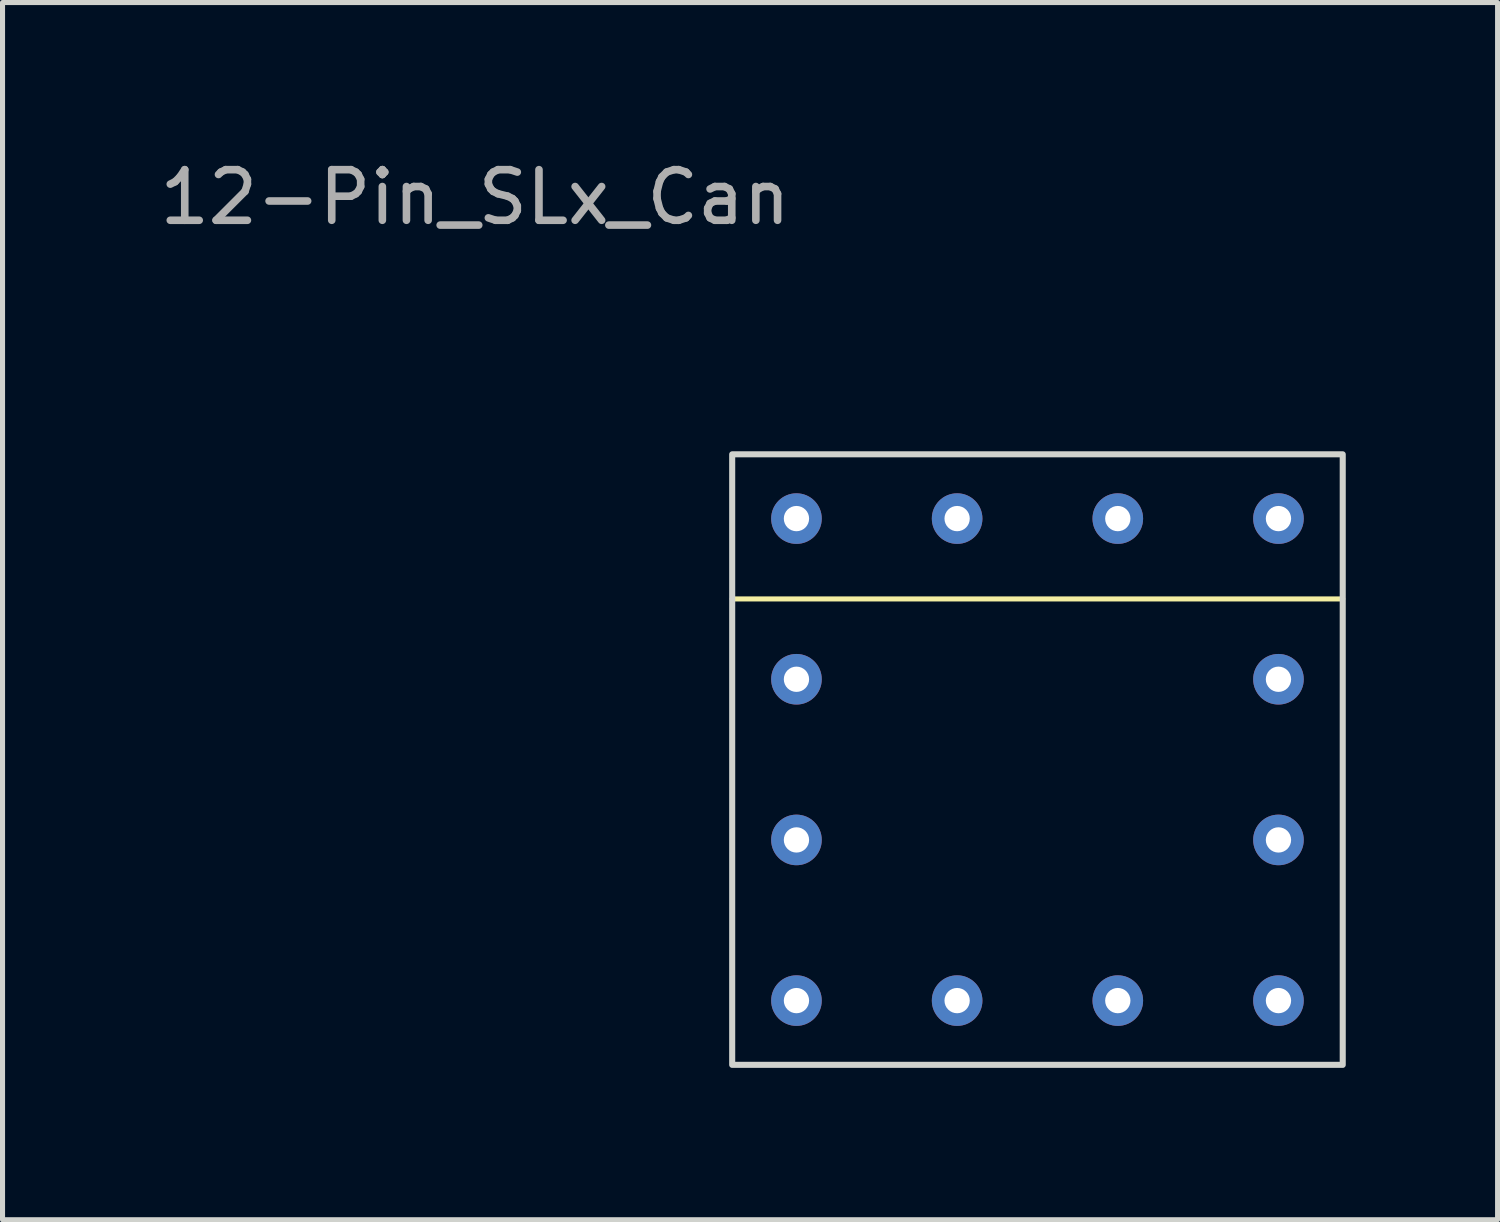
<source format=kicad_pcb>
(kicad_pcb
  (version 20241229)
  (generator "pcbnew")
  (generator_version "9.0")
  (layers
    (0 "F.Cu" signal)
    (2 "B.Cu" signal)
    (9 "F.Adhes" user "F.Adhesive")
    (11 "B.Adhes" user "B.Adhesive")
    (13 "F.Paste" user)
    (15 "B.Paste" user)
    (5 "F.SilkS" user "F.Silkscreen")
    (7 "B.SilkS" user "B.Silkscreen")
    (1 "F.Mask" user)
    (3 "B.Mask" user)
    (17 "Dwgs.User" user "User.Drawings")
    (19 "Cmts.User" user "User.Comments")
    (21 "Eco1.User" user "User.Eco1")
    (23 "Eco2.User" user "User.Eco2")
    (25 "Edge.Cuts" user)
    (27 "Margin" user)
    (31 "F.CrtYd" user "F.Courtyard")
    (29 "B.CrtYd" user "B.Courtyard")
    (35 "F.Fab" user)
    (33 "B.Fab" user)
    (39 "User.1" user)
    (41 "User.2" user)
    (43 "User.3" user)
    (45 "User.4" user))
  (footprint "12-Pin_SLx_Can"
    (layer "F.Cu")
    (at 12.689 16.723)
    (property "Reference" "12-Pin_SLx_Can" (at -6.35 -15.875 0) (unlocked yes) (layer "F.Fab") (effects (font (size 1 1) (thickness 0.15))))
    (attr through_hole)
    (fp_line (start -1.27 -7.938) (end 10.795 -7.938) (stroke (width 0.1) (type solid)) (layer "F.SilkS"))
    (fp_rect (start -1.27 -10.795) (end 10.795 1.27) (stroke (width 0.12) (type solid)) (fill no) (layer "Edge.Cuts"))
    (pad "1" thru_hole circle (at 0 0) (size 1 1) (drill 0.5) (layers "*.Cu" "*.Mask"))
    (pad "2" thru_hole circle (at 0 -3.175) (size 1 1) (drill 0.5) (layers "*.Cu" "*.Mask"))
    (pad "3" thru_hole circle (at 0 -6.35) (size 1 1) (drill 0.5) (layers "*.Cu" "*.Mask"))
    (pad "4" thru_hole circle (at 0 -9.525) (size 1 1) (drill 0.5) (layers "*.Cu" "*.Mask"))
    (pad "5" thru_hole circle (at 3.175 -9.525) (size 1 1) (drill 0.5) (layers "*.Cu" "*.Mask"))
    (pad "6" thru_hole circle (at 6.35 -9.525) (size 1 1) (drill 0.5) (layers "*.Cu" "*.Mask"))
    (pad "7" thru_hole circle (at 9.525 -9.525) (size 1 1) (drill 0.5) (layers "*.Cu" "*.Mask"))
    (pad "8" thru_hole circle (at 9.525 -6.35) (size 1 1) (drill 0.5) (layers "*.Cu" "*.Mask"))
    (pad "9" thru_hole circle (at 9.525 -3.175) (size 1 1) (drill 0.5) (layers "*.Cu" "*.Mask"))
    (pad "10" thru_hole circle (at 9.525 0) (size 1 1) (drill 0.5) (layers "*.Cu" "*.Mask"))
    (pad "11" thru_hole circle (at 6.35 0) (size 1 1) (drill 0.5) (layers "*.Cu" "*.Mask"))
    (pad "12" thru_hole circle (at 3.175 0) (size 1 1) (drill 0.5) (layers "*.Cu" "*.Mask")))
  (gr_rect
    (start -3 -3)
    (end 26.544 21.053)
    (stroke (width 0.1) (type default))
    (fill no)
    (layer "Edge.Cuts")))
</source>
